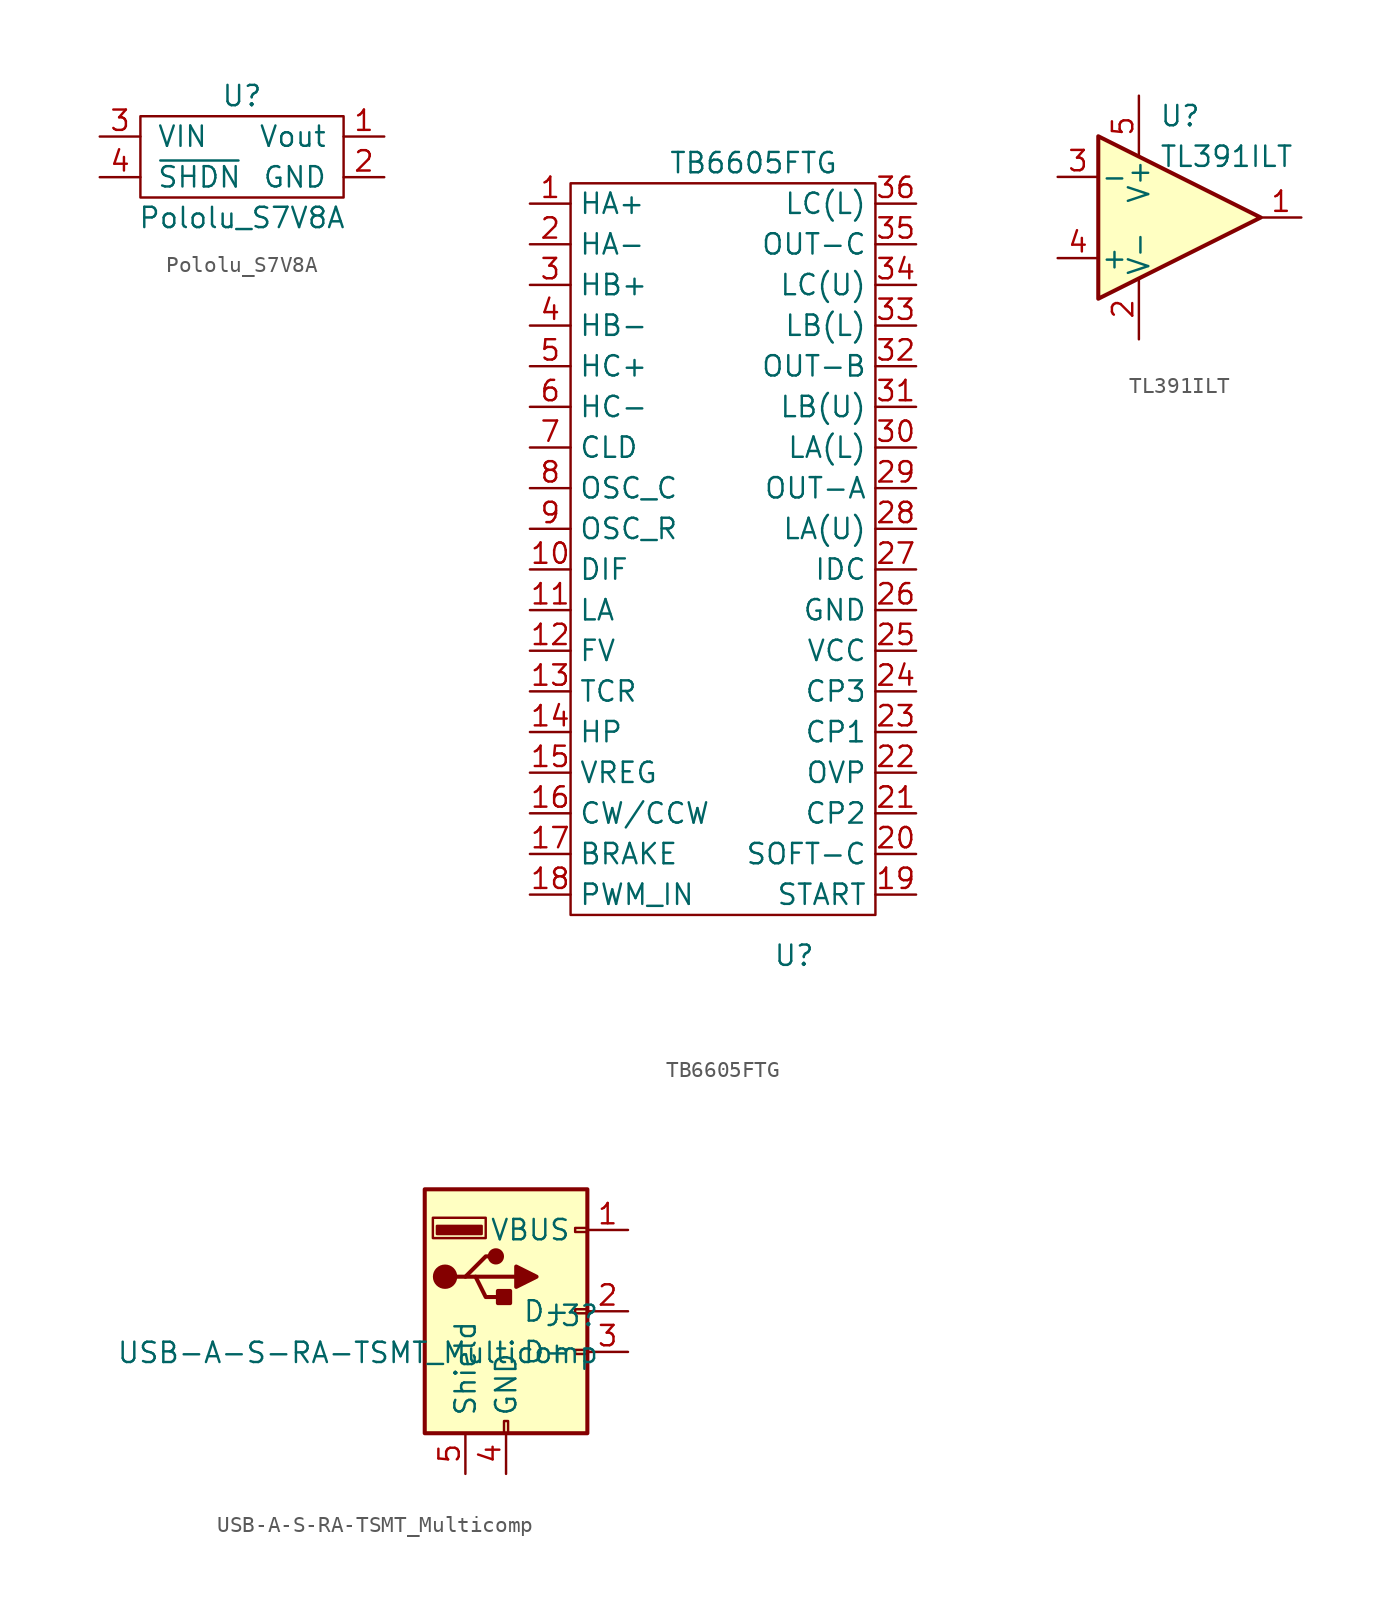
<source format=kicad_sym>
(kicad_symbol_lib
  (version 20231120)
  (generator "kicad_symbol_editor")
  (generator_version "8.0")
  (symbol "Pololu_S7V8A"
    (pin_names
      (offset 1.016))
    (property "Reference" "U"
      (at 0 3.81 0)
      (effects (font (size 1.27 1.27))))
    (property "Value" "Pololu_S7V8A"
      (at 0 -3.81 0)
      (effects (font (size 1.27 1.27))))
    (symbol "Pololu_S7V8A_0_1"
      (rectangle (start -6.35 2.54) (end 6.35 -2.54) (stroke (width 0) (type default)) (fill (type none))))
    (symbol "Pololu_S7V8A_1_1"
      (pin power_out line (at 8.89 1.27 180) (length 2.54) (name "Vout" (effects (font (size 1.27 1.27)))) (number "1" (effects (font (size 1.27 1.27)))))
      (pin passive line (at 8.89 -1.27 180) (length 2.54) (name "GND" (effects (font (size 1.27 1.27)))) (number "2" (effects (font (size 1.27 1.27)))))
      (pin power_in line (at -8.89 1.27 0) (length 2.54) (name "VIN" (effects (font (size 1.27 1.27)))) (number "3" (effects (font (size 1.27 1.27)))))
      (pin passive line (at -8.89 -1.27 0) (length 2.54) (name "~{SHDN}" (effects (font (size 1.27 1.27)))) (number "4" (effects (font (size 1.27 1.27)))))))
  (symbol "TB6605FTG"
    (property "Reference" "U"
      (at 13.97 -46.99 0)
      (effects (font (size 1.27 1.27))))
    (property "Value" "TB6605FTG"
      (at 11.43 2.54 0)
      (effects (font (size 1.27 1.27))))
    (symbol "TB6605FTG_0_1"
      (rectangle (start 0 1.27) (end 19.05 -44.45) (stroke (width 0) (type default)) (fill (type none))))
    (symbol "TB6605FTG_1_1"
      (pin input line (at -2.54 0 0) (length 2.54) (name "HA+" (effects (font (size 1.27 1.27)))) (number "1" (effects (font (size 1.27 1.27)))))
      (pin input line (at -2.54 -22.86 0) (length 2.54) (name "DIF" (effects (font (size 1.27 1.27)))) (number "10" (effects (font (size 1.27 1.27)))))
      (pin input line (at -2.54 -25.4 0) (length 2.54) (name "LA" (effects (font (size 1.27 1.27)))) (number "11" (effects (font (size 1.27 1.27)))))
      (pin input line (at -2.54 -27.94 0) (length 2.54) (name "FV" (effects (font (size 1.27 1.27)))) (number "12" (effects (font (size 1.27 1.27)))))
      (pin input line (at -2.54 -30.48 0) (length 2.54) (name "TCR" (effects (font (size 1.27 1.27)))) (number "13" (effects (font (size 1.27 1.27)))))
      (pin input line (at -2.54 -33.02 0) (length 2.54) (name "HP" (effects (font (size 1.27 1.27)))) (number "14" (effects (font (size 1.27 1.27)))))
      (pin input line (at -2.54 -35.56 0) (length 2.54) (name "VREG" (effects (font (size 1.27 1.27)))) (number "15" (effects (font (size 1.27 1.27)))))
      (pin input line (at -2.54 -38.1 0) (length 2.54) (name "CW/CCW" (effects (font (size 1.27 1.27)))) (number "16" (effects (font (size 1.27 1.27)))))
      (pin input line (at -2.54 -40.64 0) (length 2.54) (name "BRAKE" (effects (font (size 1.27 1.27)))) (number "17" (effects (font (size 1.27 1.27)))))
      (pin input line (at -2.54 -43.18 0) (length 2.54) (name "PWM_IN" (effects (font (size 1.27 1.27)))) (number "18" (effects (font (size 1.27 1.27)))))
      (pin input line (at 21.59 -43.18 180) (length 2.54) (name "START" (effects (font (size 1.27 1.27)))) (number "19" (effects (font (size 1.27 1.27)))))
      (pin input line (at -2.54 -2.54 0) (length 2.54) (name "HA-" (effects (font (size 1.27 1.27)))) (number "2" (effects (font (size 1.27 1.27)))))
      (pin input line (at 21.59 -40.64 180) (length 2.54) (name "SOFT-C" (effects (font (size 1.27 1.27)))) (number "20" (effects (font (size 1.27 1.27)))))
      (pin input line (at 21.59 -38.1 180) (length 2.54) (name "CP2" (effects (font (size 1.27 1.27)))) (number "21" (effects (font (size 1.27 1.27)))))
      (pin input line (at 21.59 -35.56 180) (length 2.54) (name "OVP" (effects (font (size 1.27 1.27)))) (number "22" (effects (font (size 1.27 1.27)))))
      (pin input line (at 21.59 -33.02 180) (length 2.54) (name "CP1" (effects (font (size 1.27 1.27)))) (number "23" (effects (font (size 1.27 1.27)))))
      (pin input line (at 21.59 -30.48 180) (length 2.54) (name "CP3" (effects (font (size 1.27 1.27)))) (number "24" (effects (font (size 1.27 1.27)))))
      (pin input line (at 21.59 -27.94 180) (length 2.54) (name "VCC" (effects (font (size 1.27 1.27)))) (number "25" (effects (font (size 1.27 1.27)))))
      (pin input line (at 21.59 -25.4 180) (length 2.54) (name "GND" (effects (font (size 1.27 1.27)))) (number "26" (effects (font (size 1.27 1.27)))))
      (pin input line (at 21.59 -22.86 180) (length 2.54) (name "IDC" (effects (font (size 1.27 1.27)))) (number "27" (effects (font (size 1.27 1.27)))))
      (pin input line (at 21.59 -20.32 180) (length 2.54) (name "LA(U)" (effects (font (size 1.27 1.27)))) (number "28" (effects (font (size 1.27 1.27)))))
      (pin input line (at 21.59 -17.78 180) (length 2.54) (name "OUT-A" (effects (font (size 1.27 1.27)))) (number "29" (effects (font (size 1.27 1.27)))))
      (pin input line (at -2.54 -5.08 0) (length 2.54) (name "HB+" (effects (font (size 1.27 1.27)))) (number "3" (effects (font (size 1.27 1.27)))))
      (pin input line (at 21.59 -15.24 180) (length 2.54) (name "LA(L)" (effects (font (size 1.27 1.27)))) (number "30" (effects (font (size 1.27 1.27)))))
      (pin input line (at 21.59 -12.7 180) (length 2.54) (name "LB(U)" (effects (font (size 1.27 1.27)))) (number "31" (effects (font (size 1.27 1.27)))))
      (pin input line (at 21.59 -10.16 180) (length 2.54) (name "OUT-B" (effects (font (size 1.27 1.27)))) (number "32" (effects (font (size 1.27 1.27)))))
      (pin input line (at 21.59 -7.62 180) (length 2.54) (name "LB(L)" (effects (font (size 1.27 1.27)))) (number "33" (effects (font (size 1.27 1.27)))))
      (pin input line (at 21.59 -5.08 180) (length 2.54) (name "LC(U)" (effects (font (size 1.27 1.27)))) (number "34" (effects (font (size 1.27 1.27)))))
      (pin input line (at 21.59 -2.54 180) (length 2.54) (name "OUT-C" (effects (font (size 1.27 1.27)))) (number "35" (effects (font (size 1.27 1.27)))))
      (pin input line (at 21.59 0 180) (length 2.54) (name "LC(L)" (effects (font (size 1.27 1.27)))) (number "36" (effects (font (size 1.27 1.27)))))
      (pin input line (at -2.54 -7.62 0) (length 2.54) (name "HB-" (effects (font (size 1.27 1.27)))) (number "4" (effects (font (size 1.27 1.27)))))
      (pin input line (at -2.54 -10.16 0) (length 2.54) (name "HC+" (effects (font (size 1.27 1.27)))) (number "5" (effects (font (size 1.27 1.27)))))
      (pin input line (at -2.54 -12.7 0) (length 2.54) (name "HC-" (effects (font (size 1.27 1.27)))) (number "6" (effects (font (size 1.27 1.27)))))
      (pin input line (at -2.54 -15.24 0) (length 2.54) (name "CLD" (effects (font (size 1.27 1.27)))) (number "7" (effects (font (size 1.27 1.27)))))
      (pin input line (at -2.54 -17.78 0) (length 2.54) (name "OSC_C" (effects (font (size 1.27 1.27)))) (number "8" (effects (font (size 1.27 1.27)))))
      (pin input line (at -2.54 -20.32 0) (length 2.54) (name "OSC_R" (effects (font (size 1.27 1.27)))) (number "9" (effects (font (size 1.27 1.27)))))))
  (symbol "TL391ILT"
    (pin_names
      (offset 0.127))
    (property "Reference" "U"
      (at -1.27 6.35 0)
      (effects (font (size 1.27 1.27)) (justify left)))
    (property "Value" "TL391ILT"
      (at -1.27 3.81 0)
      (effects (font (size 1.27 1.27)) (justify left)))
    (symbol "TL391ILT_0_1"
      (polyline (pts (xy -5.08 5.08) (xy 5.08 0) (xy -5.08 -5.08) (xy -5.08 5.08)) (stroke (width 0.254) (type default)) (fill (type background)))
      (pin power_in line (at -2.54 -7.62 90) (length 3.81) (name "V-" (effects (font (size 1.27 1.27)))) (number "2" (effects (font (size 1.27 1.27)))))
      (pin power_in line (at -2.54 7.62 270) (length 3.81) (name "V+" (effects (font (size 1.27 1.27)))) (number "5" (effects (font (size 1.27 1.27))))))
    (symbol "TL391ILT_1_1"
      (pin output line (at 7.62 0 180) (length 2.54) (name "~" (effects (font (size 1.27 1.27)))) (number "1" (effects (font (size 1.27 1.27)))))
      (pin input line (at -7.62 2.54 0) (length 2.54) (name "-" (effects (font (size 1.27 1.27)))) (number "3" (effects (font (size 1.27 1.27)))))
      (pin input line (at -7.62 -2.54 0) (length 2.54) (name "+" (effects (font (size 1.27 1.27)))) (number "4" (effects (font (size 1.27 1.27)))))))
  (symbol "USB-A-S-RA-TSMT_Multicomp"
    (pin_names
      (offset 1.016))
    (property "Reference" "J3"
      (at 5.842 -0.279 0)
      (effects (font (size 1.27 1.27)) (justify right)))
    (property "Value" "USB-A-S-RA-TSMT_Multicomp"
      (at 5.842 -2.591 0)
      (effects (font (size 1.27 1.27)) (justify right)))
    (symbol "USB-A-S-RA-TSMT_Multicomp_0_1"
      (rectangle (start -5.08 -7.62) (end 5.08 7.62) (stroke (width 0.254) (type default)) (fill (type background)))
      (circle (center -3.81 2.159) (radius 0.635) (stroke (width 0.254) (type default)) (fill (type outline)))
      (rectangle (start -1.524 4.826) (end -4.318 5.334) (stroke (width 0) (type default)) (fill (type outline)))
      (rectangle (start -1.27 4.572) (end -4.572 5.842) (stroke (width 0) (type default)) (fill (type none)))
      (circle (center -0.635 3.429) (radius 0.381) (stroke (width 0.254) (type default)) (fill (type outline)))
      (rectangle (start -0.127 -7.62) (end 0.127 -6.858) (stroke (width 0) (type default)) (fill (type none)))
      (polyline (pts (xy -3.175 2.159) (xy -2.54 2.159) (xy -1.27 3.429) (xy -0.635 3.429)) (stroke (width 0.254) (type default)) (fill (type none)))
      (polyline (pts (xy -2.54 2.159) (xy -1.905 2.159) (xy -1.27 0.889) (xy 0 0.889)) (stroke (width 0.254) (type default)) (fill (type none)))
      (polyline (pts (xy 0.635 2.794) (xy 0.635 1.524) (xy 1.905 2.159) (xy 0.635 2.794)) (stroke (width 0.254) (type default)) (fill (type outline)))
      (rectangle (start 0.254 1.27) (end -0.508 0.508) (stroke (width 0.254) (type default)) (fill (type outline)))
      (rectangle (start 5.08 -2.667) (end 4.318 -2.413) (stroke (width 0) (type default)) (fill (type none)))
      (rectangle (start 5.08 -0.127) (end 4.318 0.127) (stroke (width 0) (type default)) (fill (type none)))
      (rectangle (start 5.08 4.953) (end 4.318 5.207) (stroke (width 0) (type default)) (fill (type none))))
    (symbol "USB-A-S-RA-TSMT_Multicomp_1_1"
      (polyline (pts (xy -1.905 2.159) (xy 0.635 2.159)) (stroke (width 0.254) (type default)) (fill (type none)))
      (pin power_in line (at 7.62 5.08 180) (length 2.54) (name "VBUS" (effects (font (size 1.27 1.27)))) (number "1" (effects (font (size 1.27 1.27)))))
      (pin passive line (at 7.62 0 180) (length 2.54) (name "D-" (effects (font (size 1.27 1.27)))) (number "2" (effects (font (size 1.27 1.27)))))
      (pin passive line (at 7.62 -2.54 180) (length 2.54) (name "D+" (effects (font (size 1.27 1.27)))) (number "3" (effects (font (size 1.27 1.27)))))
      (pin power_in line (at 0 -10.16 90) (length 2.54) (name "GND" (effects (font (size 1.27 1.27)))) (number "4" (effects (font (size 1.27 1.27)))))
      (pin passive line (at -2.54 -10.16 90) (length 2.54) (name "Shield" (effects (font (size 1.27 1.27)))) (number "5" (effects (font (size 1.27 1.27))))))))
</source>
